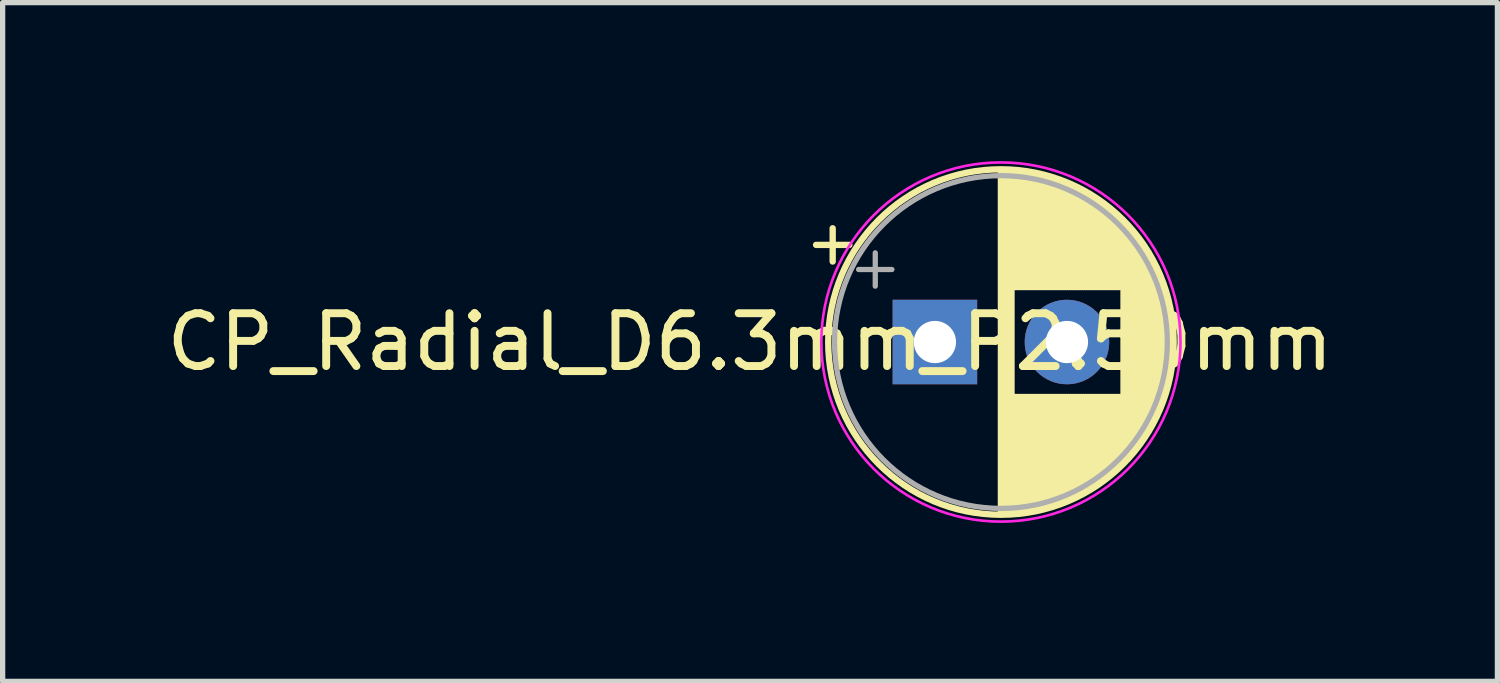
<source format=kicad_pcb>
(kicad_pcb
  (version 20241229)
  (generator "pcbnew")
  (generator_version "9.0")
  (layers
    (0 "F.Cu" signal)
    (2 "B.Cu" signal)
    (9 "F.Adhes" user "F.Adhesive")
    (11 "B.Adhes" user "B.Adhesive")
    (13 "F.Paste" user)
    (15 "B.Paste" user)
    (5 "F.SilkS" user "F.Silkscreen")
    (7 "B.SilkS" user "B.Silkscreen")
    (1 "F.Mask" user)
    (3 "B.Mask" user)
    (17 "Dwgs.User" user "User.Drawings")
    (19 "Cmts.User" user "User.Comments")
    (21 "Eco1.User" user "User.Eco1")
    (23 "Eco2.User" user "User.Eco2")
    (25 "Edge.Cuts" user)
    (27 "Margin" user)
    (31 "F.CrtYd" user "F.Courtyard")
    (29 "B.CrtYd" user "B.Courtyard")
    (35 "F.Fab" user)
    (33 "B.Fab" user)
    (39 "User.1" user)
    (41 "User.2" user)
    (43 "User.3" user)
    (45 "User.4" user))
  (footprint "CP_Radial_D6.3mm_P2.50mm"
    (layer "F.Cu")
    (at 14.649 3.425)
    (property "Reference" "CP_Radial_D6.3mm_P2.50mm" (at -3.5 0 180) (layer "F.SilkS") (effects (font (size 1 1) (thickness 0.15))))
    (attr through_hole)
    (fp_line (start -2.25 -1.839) (end -1.62 -1.839) (stroke (width 0.12) (type solid)) (layer "F.SilkS"))
    (fp_line (start -1.935 -2.154) (end -1.935 -1.524) (stroke (width 0.12) (type solid)) (layer "F.SilkS"))
    (fp_line (start 1.25 -3.23) (end 1.25 3.23) (stroke (width 0.12) (type solid)) (layer "F.SilkS"))
    (fp_line (start 1.29 -3.23) (end 1.29 3.23) (stroke (width 0.12) (type solid)) (layer "F.SilkS"))
    (fp_line (start 1.33 -3.23) (end 1.33 3.23) (stroke (width 0.12) (type solid)) (layer "F.SilkS"))
    (fp_line (start 1.37 -3.228) (end 1.37 3.228) (stroke (width 0.12) (type solid)) (layer "F.SilkS"))
    (fp_line (start 1.41 -3.227) (end 1.41 3.227) (stroke (width 0.12) (type solid)) (layer "F.SilkS"))
    (fp_line (start 1.45 -3.224) (end 1.45 3.224) (stroke (width 0.12) (type solid)) (layer "F.SilkS"))
    (fp_line (start 1.49 -3.222) (end 1.49 -1.04) (stroke (width 0.12) (type solid)) (layer "F.SilkS"))
    (fp_line (start 1.49 1.04) (end 1.49 3.222) (stroke (width 0.12) (type solid)) (layer "F.SilkS"))
    (fp_line (start 1.53 -3.218) (end 1.53 -1.04) (stroke (width 0.12) (type solid)) (layer "F.SilkS"))
    (fp_line (start 1.53 1.04) (end 1.53 3.218) (stroke (width 0.12) (type solid)) (layer "F.SilkS"))
    (fp_line (start 1.57 -3.215) (end 1.57 -1.04) (stroke (width 0.12) (type solid)) (layer "F.SilkS"))
    (fp_line (start 1.57 1.04) (end 1.57 3.215) (stroke (width 0.12) (type solid)) (layer "F.SilkS"))
    (fp_line (start 1.61 -3.211) (end 1.61 -1.04) (stroke (width 0.12) (type solid)) (layer "F.SilkS"))
    (fp_line (start 1.61 1.04) (end 1.61 3.211) (stroke (width 0.12) (type solid)) (layer "F.SilkS"))
    (fp_line (start 1.65 -3.206) (end 1.65 -1.04) (stroke (width 0.12) (type solid)) (layer "F.SilkS"))
    (fp_line (start 1.65 1.04) (end 1.65 3.206) (stroke (width 0.12) (type solid)) (layer "F.SilkS"))
    (fp_line (start 1.69 -3.201) (end 1.69 -1.04) (stroke (width 0.12) (type solid)) (layer "F.SilkS"))
    (fp_line (start 1.69 1.04) (end 1.69 3.201) (stroke (width 0.12) (type solid)) (layer "F.SilkS"))
    (fp_line (start 1.73 -3.195) (end 1.73 -1.04) (stroke (width 0.12) (type solid)) (layer "F.SilkS"))
    (fp_line (start 1.73 1.04) (end 1.73 3.195) (stroke (width 0.12) (type solid)) (layer "F.SilkS"))
    (fp_line (start 1.77 -3.189) (end 1.77 -1.04) (stroke (width 0.12) (type solid)) (layer "F.SilkS"))
    (fp_line (start 1.77 1.04) (end 1.77 3.189) (stroke (width 0.12) (type solid)) (layer "F.SilkS"))
    (fp_line (start 1.81 -3.182) (end 1.81 -1.04) (stroke (width 0.12) (type solid)) (layer "F.SilkS"))
    (fp_line (start 1.81 1.04) (end 1.81 3.182) (stroke (width 0.12) (type solid)) (layer "F.SilkS"))
    (fp_line (start 1.85 -3.175) (end 1.85 -1.04) (stroke (width 0.12) (type solid)) (layer "F.SilkS"))
    (fp_line (start 1.85 1.04) (end 1.85 3.175) (stroke (width 0.12) (type solid)) (layer "F.SilkS"))
    (fp_line (start 1.89 -3.167) (end 1.89 -1.04) (stroke (width 0.12) (type solid)) (layer "F.SilkS"))
    (fp_line (start 1.89 1.04) (end 1.89 3.167) (stroke (width 0.12) (type solid)) (layer "F.SilkS"))
    (fp_line (start 1.93 -3.159) (end 1.93 -1.04) (stroke (width 0.12) (type solid)) (layer "F.SilkS"))
    (fp_line (start 1.93 1.04) (end 1.93 3.159) (stroke (width 0.12) (type solid)) (layer "F.SilkS"))
    (fp_line (start 1.971 -3.15) (end 1.971 -1.04) (stroke (width 0.12) (type solid)) (layer "F.SilkS"))
    (fp_line (start 1.971 1.04) (end 1.971 3.15) (stroke (width 0.12) (type solid)) (layer "F.SilkS"))
    (fp_line (start 2.011 -3.141) (end 2.011 -1.04) (stroke (width 0.12) (type solid)) (layer "F.SilkS"))
    (fp_line (start 2.011 1.04) (end 2.011 3.141) (stroke (width 0.12) (type solid)) (layer "F.SilkS"))
    (fp_line (start 2.051 -3.131) (end 2.051 -1.04) (stroke (width 0.12) (type solid)) (layer "F.SilkS"))
    (fp_line (start 2.051 1.04) (end 2.051 3.131) (stroke (width 0.12) (type solid)) (layer "F.SilkS"))
    (fp_line (start 2.091 -3.121) (end 2.091 -1.04) (stroke (width 0.12) (type solid)) (layer "F.SilkS"))
    (fp_line (start 2.091 1.04) (end 2.091 3.121) (stroke (width 0.12) (type solid)) (layer "F.SilkS"))
    (fp_line (start 2.131 -3.11) (end 2.131 -1.04) (stroke (width 0.12) (type solid)) (layer "F.SilkS"))
    (fp_line (start 2.131 1.04) (end 2.131 3.11) (stroke (width 0.12) (type solid)) (layer "F.SilkS"))
    (fp_line (start 2.171 -3.098) (end 2.171 -1.04) (stroke (width 0.12) (type solid)) (layer "F.SilkS"))
    (fp_line (start 2.171 1.04) (end 2.171 3.098) (stroke (width 0.12) (type solid)) (layer "F.SilkS"))
    (fp_line (start 2.211 -3.086) (end 2.211 -1.04) (stroke (width 0.12) (type solid)) (layer "F.SilkS"))
    (fp_line (start 2.211 1.04) (end 2.211 3.086) (stroke (width 0.12) (type solid)) (layer "F.SilkS"))
    (fp_line (start 2.251 -3.074) (end 2.251 -1.04) (stroke (width 0.12) (type solid)) (layer "F.SilkS"))
    (fp_line (start 2.251 1.04) (end 2.251 3.074) (stroke (width 0.12) (type solid)) (layer "F.SilkS"))
    (fp_line (start 2.291 -3.061) (end 2.291 -1.04) (stroke (width 0.12) (type solid)) (layer "F.SilkS"))
    (fp_line (start 2.291 1.04) (end 2.291 3.061) (stroke (width 0.12) (type solid)) (layer "F.SilkS"))
    (fp_line (start 2.331 -3.047) (end 2.331 -1.04) (stroke (width 0.12) (type solid)) (layer "F.SilkS"))
    (fp_line (start 2.331 1.04) (end 2.331 3.047) (stroke (width 0.12) (type solid)) (layer "F.SilkS"))
    (fp_line (start 2.371 -3.033) (end 2.371 -1.04) (stroke (width 0.12) (type solid)) (layer "F.SilkS"))
    (fp_line (start 2.371 1.04) (end 2.371 3.033) (stroke (width 0.12) (type solid)) (layer "F.SilkS"))
    (fp_line (start 2.411 -3.018) (end 2.411 -1.04) (stroke (width 0.12) (type solid)) (layer "F.SilkS"))
    (fp_line (start 2.411 1.04) (end 2.411 3.018) (stroke (width 0.12) (type solid)) (layer "F.SilkS"))
    (fp_line (start 2.451 -3.002) (end 2.451 -1.04) (stroke (width 0.12) (type solid)) (layer "F.SilkS"))
    (fp_line (start 2.451 1.04) (end 2.451 3.002) (stroke (width 0.12) (type solid)) (layer "F.SilkS"))
    (fp_line (start 2.491 -2.986) (end 2.491 -1.04) (stroke (width 0.12) (type solid)) (layer "F.SilkS"))
    (fp_line (start 2.491 1.04) (end 2.491 2.986) (stroke (width 0.12) (type solid)) (layer "F.SilkS"))
    (fp_line (start 2.531 -2.97) (end 2.531 -1.04) (stroke (width 0.12) (type solid)) (layer "F.SilkS"))
    (fp_line (start 2.531 1.04) (end 2.531 2.97) (stroke (width 0.12) (type solid)) (layer "F.SilkS"))
    (fp_line (start 2.571 -2.952) (end 2.571 -1.04) (stroke (width 0.12) (type solid)) (layer "F.SilkS"))
    (fp_line (start 2.571 1.04) (end 2.571 2.952) (stroke (width 0.12) (type solid)) (layer "F.SilkS"))
    (fp_line (start 2.611 -2.934) (end 2.611 -1.04) (stroke (width 0.12) (type solid)) (layer "F.SilkS"))
    (fp_line (start 2.611 1.04) (end 2.611 2.934) (stroke (width 0.12) (type solid)) (layer "F.SilkS"))
    (fp_line (start 2.651 -2.916) (end 2.651 -1.04) (stroke (width 0.12) (type solid)) (layer "F.SilkS"))
    (fp_line (start 2.651 1.04) (end 2.651 2.916) (stroke (width 0.12) (type solid)) (layer "F.SilkS"))
    (fp_line (start 2.691 -2.896) (end 2.691 -1.04) (stroke (width 0.12) (type solid)) (layer "F.SilkS"))
    (fp_line (start 2.691 1.04) (end 2.691 2.896) (stroke (width 0.12) (type solid)) (layer "F.SilkS"))
    (fp_line (start 2.731 -2.876) (end 2.731 -1.04) (stroke (width 0.12) (type solid)) (layer "F.SilkS"))
    (fp_line (start 2.731 1.04) (end 2.731 2.876) (stroke (width 0.12) (type solid)) (layer "F.SilkS"))
    (fp_line (start 2.771 -2.856) (end 2.771 -1.04) (stroke (width 0.12) (type solid)) (layer "F.SilkS"))
    (fp_line (start 2.771 1.04) (end 2.771 2.856) (stroke (width 0.12) (type solid)) (layer "F.SilkS"))
    (fp_line (start 2.811 -2.834) (end 2.811 -1.04) (stroke (width 0.12) (type solid)) (layer "F.SilkS"))
    (fp_line (start 2.811 1.04) (end 2.811 2.834) (stroke (width 0.12) (type solid)) (layer "F.SilkS"))
    (fp_line (start 2.851 -2.812) (end 2.851 -1.04) (stroke (width 0.12) (type solid)) (layer "F.SilkS"))
    (fp_line (start 2.851 1.04) (end 2.851 2.812) (stroke (width 0.12) (type solid)) (layer "F.SilkS"))
    (fp_line (start 2.891 -2.79) (end 2.891 -1.04) (stroke (width 0.12) (type solid)) (layer "F.SilkS"))
    (fp_line (start 2.891 1.04) (end 2.891 2.79) (stroke (width 0.12) (type solid)) (layer "F.SilkS"))
    (fp_line (start 2.931 -2.766) (end 2.931 -1.04) (stroke (width 0.12) (type solid)) (layer "F.SilkS"))
    (fp_line (start 2.931 1.04) (end 2.931 2.766) (stroke (width 0.12) (type solid)) (layer "F.SilkS"))
    (fp_line (start 2.971 -2.742) (end 2.971 -1.04) (stroke (width 0.12) (type solid)) (layer "F.SilkS"))
    (fp_line (start 2.971 1.04) (end 2.971 2.742) (stroke (width 0.12) (type solid)) (layer "F.SilkS"))
    (fp_line (start 3.011 -2.716) (end 3.011 -1.04) (stroke (width 0.12) (type solid)) (layer "F.SilkS"))
    (fp_line (start 3.011 1.04) (end 3.011 2.716) (stroke (width 0.12) (type solid)) (layer "F.SilkS"))
    (fp_line (start 3.051 -2.69) (end 3.051 -1.04) (stroke (width 0.12) (type solid)) (layer "F.SilkS"))
    (fp_line (start 3.051 1.04) (end 3.051 2.69) (stroke (width 0.12) (type solid)) (layer "F.SilkS"))
    (fp_line (start 3.091 -2.664) (end 3.091 -1.04) (stroke (width 0.12) (type solid)) (layer "F.SilkS"))
    (fp_line (start 3.091 1.04) (end 3.091 2.664) (stroke (width 0.12) (type solid)) (layer "F.SilkS"))
    (fp_line (start 3.131 -2.636) (end 3.131 -1.04) (stroke (width 0.12) (type solid)) (layer "F.SilkS"))
    (fp_line (start 3.131 1.04) (end 3.131 2.636) (stroke (width 0.12) (type solid)) (layer "F.SilkS"))
    (fp_line (start 3.171 -2.607) (end 3.171 -1.04) (stroke (width 0.12) (type solid)) (layer "F.SilkS"))
    (fp_line (start 3.171 1.04) (end 3.171 2.607) (stroke (width 0.12) (type solid)) (layer "F.SilkS"))
    (fp_line (start 3.211 -2.578) (end 3.211 -1.04) (stroke (width 0.12) (type solid)) (layer "F.SilkS"))
    (fp_line (start 3.211 1.04) (end 3.211 2.578) (stroke (width 0.12) (type solid)) (layer "F.SilkS"))
    (fp_line (start 3.251 -2.548) (end 3.251 -1.04) (stroke (width 0.12) (type solid)) (layer "F.SilkS"))
    (fp_line (start 3.251 1.04) (end 3.251 2.548) (stroke (width 0.12) (type solid)) (layer "F.SilkS"))
    (fp_line (start 3.291 -2.516) (end 3.291 -1.04) (stroke (width 0.12) (type solid)) (layer "F.SilkS"))
    (fp_line (start 3.291 1.04) (end 3.291 2.516) (stroke (width 0.12) (type solid)) (layer "F.SilkS"))
    (fp_line (start 3.331 -2.484) (end 3.331 -1.04) (stroke (width 0.12) (type solid)) (layer "F.SilkS"))
    (fp_line (start 3.331 1.04) (end 3.331 2.484) (stroke (width 0.12) (type solid)) (layer "F.SilkS"))
    (fp_line (start 3.371 -2.45) (end 3.371 -1.04) (stroke (width 0.12) (type solid)) (layer "F.SilkS"))
    (fp_line (start 3.371 1.04) (end 3.371 2.45) (stroke (width 0.12) (type solid)) (layer "F.SilkS"))
    (fp_line (start 3.411 -2.416) (end 3.411 -1.04) (stroke (width 0.12) (type solid)) (layer "F.SilkS"))
    (fp_line (start 3.411 1.04) (end 3.411 2.416) (stroke (width 0.12) (type solid)) (layer "F.SilkS"))
    (fp_line (start 3.451 -2.38) (end 3.451 -1.04) (stroke (width 0.12) (type solid)) (layer "F.SilkS"))
    (fp_line (start 3.451 1.04) (end 3.451 2.38) (stroke (width 0.12) (type solid)) (layer "F.SilkS"))
    (fp_line (start 3.491 -2.343) (end 3.491 -1.04) (stroke (width 0.12) (type solid)) (layer "F.SilkS"))
    (fp_line (start 3.491 1.04) (end 3.491 2.343) (stroke (width 0.12) (type solid)) (layer "F.SilkS"))
    (fp_line (start 3.531 -2.305) (end 3.531 -1.04) (stroke (width 0.12) (type solid)) (layer "F.SilkS"))
    (fp_line (start 3.531 1.04) (end 3.531 2.305) (stroke (width 0.12) (type solid)) (layer "F.SilkS"))
    (fp_line (start 3.571 -2.265) (end 3.571 2.265) (stroke (width 0.12) (type solid)) (layer "F.SilkS"))
    (fp_line (start 3.611 -2.224) (end 3.611 2.224) (stroke (width 0.12) (type solid)) (layer "F.SilkS"))
    (fp_line (start 3.651 -2.182) (end 3.651 2.182) (stroke (width 0.12) (type solid)) (layer "F.SilkS"))
    (fp_line (start 3.691 -2.137) (end 3.691 2.137) (stroke (width 0.12) (type solid)) (layer "F.SilkS"))
    (fp_line (start 3.731 -2.092) (end 3.731 2.092) (stroke (width 0.12) (type solid)) (layer "F.SilkS"))
    (fp_line (start 3.771 -2.044) (end 3.771 2.044) (stroke (width 0.12) (type solid)) (layer "F.SilkS"))
    (fp_line (start 3.811 -1.995) (end 3.811 1.995) (stroke (width 0.12) (type solid)) (layer "F.SilkS"))
    (fp_line (start 3.851 -1.944) (end 3.851 1.944) (stroke (width 0.12) (type solid)) (layer "F.SilkS"))
    (fp_line (start 3.891 -1.89) (end 3.891 1.89) (stroke (width 0.12) (type solid)) (layer "F.SilkS"))
    (fp_line (start 3.931 -1.834) (end 3.931 1.834) (stroke (width 0.12) (type solid)) (layer "F.SilkS"))
    (fp_line (start 3.971 -1.776) (end 3.971 1.776) (stroke (width 0.12) (type solid)) (layer "F.SilkS"))
    (fp_line (start 4.011 -1.714) (end 4.011 1.714) (stroke (width 0.12) (type solid)) (layer "F.SilkS"))
    (fp_line (start 4.051 -1.65) (end 4.051 1.65) (stroke (width 0.12) (type solid)) (layer "F.SilkS"))
    (fp_line (start 4.091 -1.581) (end 4.091 1.581) (stroke (width 0.12) (type solid)) (layer "F.SilkS"))
    (fp_line (start 4.131 -1.509) (end 4.131 1.509) (stroke (width 0.12) (type solid)) (layer "F.SilkS"))
    (fp_line (start 4.171 -1.432) (end 4.171 1.432) (stroke (width 0.12) (type solid)) (layer "F.SilkS"))
    (fp_line (start 4.211 -1.35) (end 4.211 1.35) (stroke (width 0.12) (type solid)) (layer "F.SilkS"))
    (fp_line (start 4.251 -1.262) (end 4.251 1.262) (stroke (width 0.12) (type solid)) (layer "F.SilkS"))
    (fp_line (start 4.291 -1.165) (end 4.291 1.165) (stroke (width 0.12) (type solid)) (layer "F.SilkS"))
    (fp_line (start 4.331 -1.059) (end 4.331 1.059) (stroke (width 0.12) (type solid)) (layer "F.SilkS"))
    (fp_line (start 4.371 -0.94) (end 4.371 0.94) (stroke (width 0.12) (type solid)) (layer "F.SilkS"))
    (fp_line (start 4.411 -0.802) (end 4.411 0.802) (stroke (width 0.12) (type solid)) (layer "F.SilkS"))
    (fp_line (start 4.451 -0.633) (end 4.451 0.633) (stroke (width 0.12) (type solid)) (layer "F.SilkS"))
    (fp_line (start 4.491 -0.402) (end 4.491 0.402) (stroke (width 0.12) (type solid)) (layer "F.SilkS"))
    (fp_circle (center 1.25 0) (end 4.52 0) (stroke (width 0.12) (type solid)) (fill no) (layer "F.SilkS"))
    (fp_circle (center 1.25 0) (end 4.65 0) (stroke (width 0.05) (type solid)) (fill no) (layer "F.CrtYd"))
    (fp_line (start -1.444 -1.373) (end -0.814 -1.373) (stroke (width 0.1) (type solid)) (layer "F.Fab"))
    (fp_line (start -1.129 -1.688) (end -1.129 -1.058) (stroke (width 0.1) (type solid)) (layer "F.Fab"))
    (fp_circle (center 1.25 0) (end 4.4 0) (stroke (width 0.1) (type solid)) (fill no) (layer "F.Fab"))
    (pad "1" thru_hole rect (at 0 0) (size 1.6 1.6) (drill 0.8) (layers "*.Cu" "*.Mask"))
    (pad "2" thru_hole circle (at 2.5 0) (size 1.6 1.6) (drill 0.8) (layers "*.Cu" "*.Mask")))
  (gr_rect
    (start -3 -3)
    (end 25.298 9.85)
    (stroke (width 0.1) (type default))
    (fill no)
    (layer "Edge.Cuts")))
</source>
